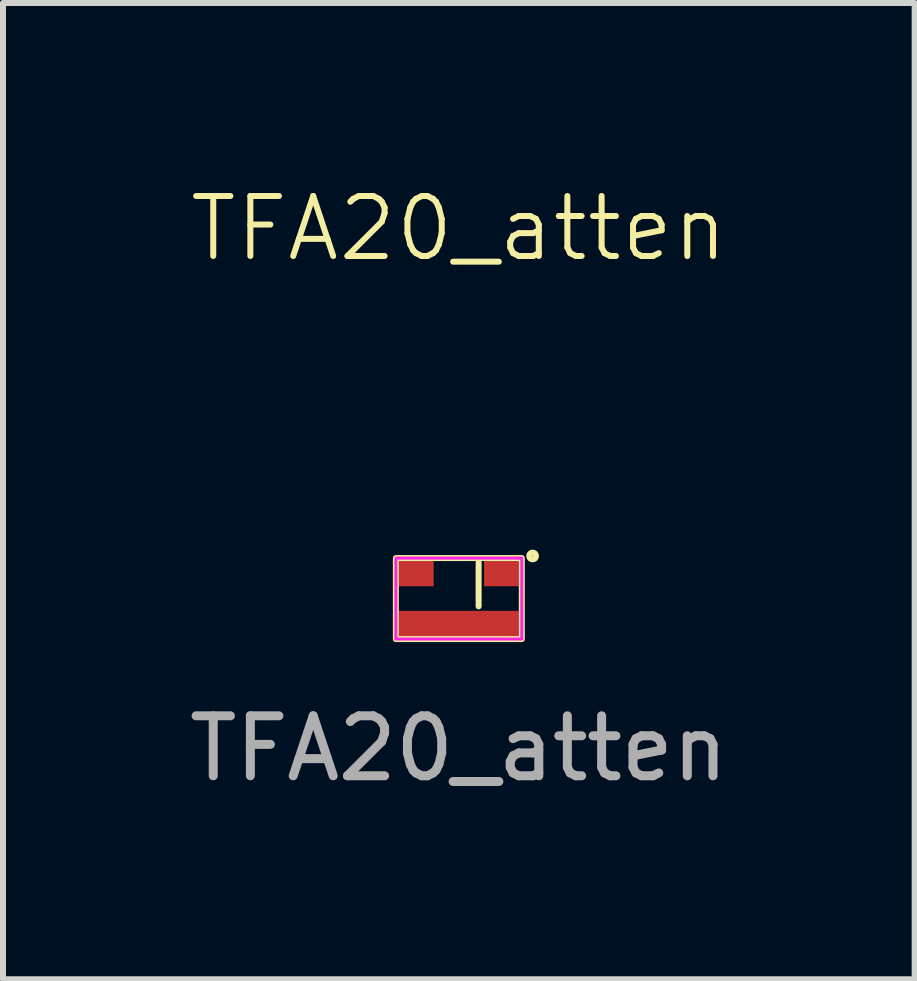
<source format=kicad_pcb>
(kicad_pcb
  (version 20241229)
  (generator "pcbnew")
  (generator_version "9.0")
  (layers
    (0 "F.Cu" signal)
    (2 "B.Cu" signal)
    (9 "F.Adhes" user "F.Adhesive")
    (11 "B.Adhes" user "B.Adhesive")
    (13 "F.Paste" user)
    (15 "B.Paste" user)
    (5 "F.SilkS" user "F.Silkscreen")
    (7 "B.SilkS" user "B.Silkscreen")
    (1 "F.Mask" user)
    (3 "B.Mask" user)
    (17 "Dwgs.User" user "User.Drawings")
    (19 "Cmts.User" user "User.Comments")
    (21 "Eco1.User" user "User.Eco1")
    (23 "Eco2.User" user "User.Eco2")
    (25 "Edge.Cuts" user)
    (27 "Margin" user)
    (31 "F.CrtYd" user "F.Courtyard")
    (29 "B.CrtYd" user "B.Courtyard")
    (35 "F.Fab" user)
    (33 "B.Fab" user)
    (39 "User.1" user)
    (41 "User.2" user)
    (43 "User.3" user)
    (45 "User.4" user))
  (footprint "TFA20_atten"
    (layer "F.Cu")
    (at 4.601 6.931)
    (property "Reference" "TFA20_atten" (at 0 -6.17 0) (unlocked yes) (layer "F.SilkS") (effects (font (size 1 1) (thickness 0.1))))
    (attr smd)
    (fp_line (start 0.33 -0.6) (end 0.33 0.13) (stroke (width 0.1) (type default)) (layer "F.SilkS"))
    (fp_rect (start -1.05 -0.675) (end 1.05 0.675) (stroke (width 0.1) (type solid)) (fill no) (layer "F.SilkS"))
    (fp_circle (center 1.23 -0.71) (end 1.27 -0.67) (stroke (width 0.1) (type default)) (fill no) (layer "F.SilkS"))
    (fp_rect (start -1.05 -0.675) (end 1.05 0.675) (stroke (width 0.05) (type solid)) (fill no) (layer "F.CrtYd"))
    (fp_text user "${REFERENCE}" (at 0 2.5 0) (unlocked yes) (layer "F.Fab") (effects (font (size 1 1) (thickness 0.15))))
    (pad "1" smd rect (at 0.71 -0.415) (size 0.58 0.42) (layers "F.Cu" "F.Mask" "F.Paste"))
    (pad "2" smd rect (at -0.71 -0.415) (size 0.58 0.42) (layers "F.Cu" "F.Mask" "F.Paste"))
    (pad "3" smd rect (at 0 0.415) (size 2 0.42) (layers "F.Cu" "F.Mask" "F.Paste")))
  (gr_rect
    (start -3 -3)
    (end 12.202 13.279)
    (stroke (width 0.1) (type default))
    (fill no)
    (layer "Edge.Cuts")))
</source>
